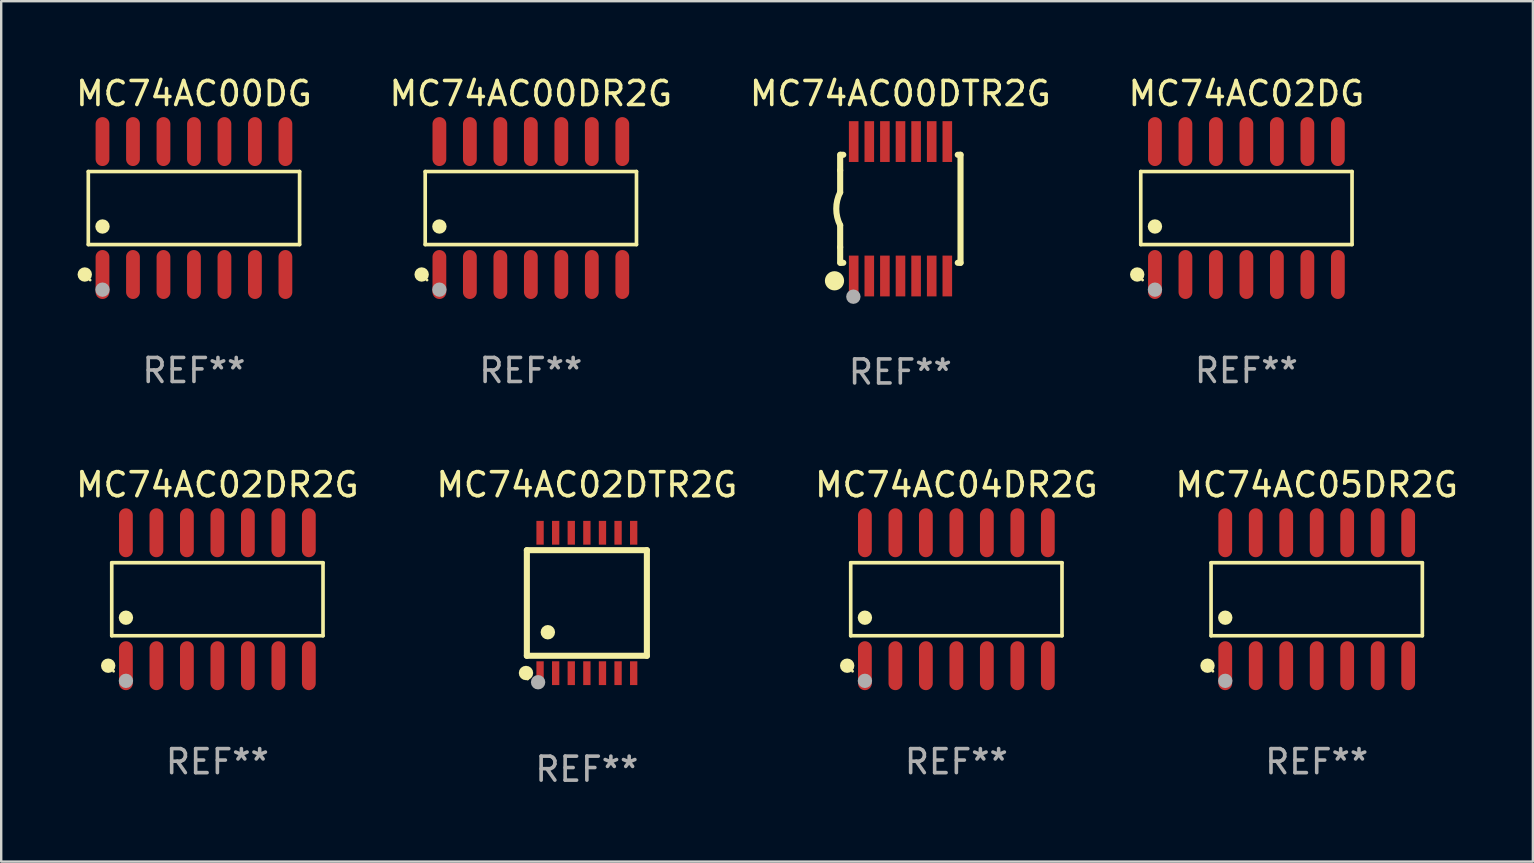
<source format=kicad_pcb>
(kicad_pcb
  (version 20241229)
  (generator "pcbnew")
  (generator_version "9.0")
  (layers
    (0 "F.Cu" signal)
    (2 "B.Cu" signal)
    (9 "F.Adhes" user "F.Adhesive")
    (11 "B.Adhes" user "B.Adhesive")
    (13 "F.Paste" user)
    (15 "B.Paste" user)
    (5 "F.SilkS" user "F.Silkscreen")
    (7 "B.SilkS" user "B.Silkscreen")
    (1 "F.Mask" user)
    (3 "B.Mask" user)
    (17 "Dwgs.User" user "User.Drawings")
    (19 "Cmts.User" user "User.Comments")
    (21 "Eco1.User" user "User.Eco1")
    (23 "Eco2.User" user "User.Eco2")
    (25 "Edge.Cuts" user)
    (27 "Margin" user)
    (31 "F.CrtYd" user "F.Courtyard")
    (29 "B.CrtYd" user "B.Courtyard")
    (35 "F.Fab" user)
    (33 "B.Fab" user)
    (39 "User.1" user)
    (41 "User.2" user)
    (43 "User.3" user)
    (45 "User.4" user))
  (footprint "MC74AC00DR2G"
    (layer "F.Cu")
    (at 19.065 5.617)
    (property "Reference" "MC74AC00DR2G" (at 0 -4.769 0) (layer "F.SilkS") (effects (font (size 1 1) (thickness 0.15))))
    (attr through_hole)
    (fp_line (start -4.401 -1.521) (end 4.401 -1.521) (stroke (width 0.152) (type solid)) (layer "F.SilkS"))
    (fp_line (start -4.401 1.521) (end -4.401 -1.521) (stroke (width 0.152) (type solid)) (layer "F.SilkS"))
    (fp_line (start 4.401 -1.521) (end 4.401 1.521) (stroke (width 0.152) (type solid)) (layer "F.SilkS"))
    (fp_line (start 4.401 1.521) (end -4.401 1.521) (stroke (width 0.152) (type solid)) (layer "F.SilkS"))
    (fp_circle (center -4.549 2.769) (end -4.399 2.769) (stroke (width 0.3) (type solid)) (fill no) (layer "F.SilkS"))
    (fp_circle (center -4.325 3) (end -4.295 3) (stroke (width 0.06) (type solid)) (fill no) (layer "F.SilkS"))
    (fp_circle (center -3.81 0.769) (end -3.66 0.769) (stroke (width 0.3) (type solid)) (fill no) (layer "F.SilkS"))
    (fp_circle (center -3.81 3.4) (end -3.66 3.4) (stroke (width 0.3) (type solid)) (fill no) (layer "F.Fab"))
    (fp_text user "REF**" (at 0 6.769 0) (layer "F.Fab") (effects (font (size 1 1) (thickness 0.15))))
    (pad "1" smd oval (at -3.81 2.769) (size 0.574 2.038) (layers "F.Cu" "F.Mask" "F.Paste"))
    (pad "2" smd oval (at -2.54 2.769) (size 0.574 2.038) (layers "F.Cu" "F.Mask" "F.Paste"))
    (pad "3" smd oval (at -1.27 2.769) (size 0.574 2.038) (layers "F.Cu" "F.Mask" "F.Paste"))
    (pad "4" smd oval (at 0 2.769) (size 0.574 2.038) (layers "F.Cu" "F.Mask" "F.Paste"))
    (pad "5" smd oval (at 1.27 2.769) (size 0.574 2.038) (layers "F.Cu" "F.Mask" "F.Paste"))
    (pad "6" smd oval (at 2.54 2.769) (size 0.574 2.038) (layers "F.Cu" "F.Mask" "F.Paste"))
    (pad "7" smd oval (at 3.81 2.769) (size 0.574 2.038) (layers "F.Cu" "F.Mask" "F.Paste"))
    (pad "8" smd oval (at 3.81 -2.769) (size 0.574 2.038) (layers "F.Cu" "F.Mask" "F.Paste"))
    (pad "9" smd oval (at 2.54 -2.769) (size 0.574 2.038) (layers "F.Cu" "F.Mask" "F.Paste"))
    (pad "10" smd oval (at 1.27 -2.769) (size 0.574 2.038) (layers "F.Cu" "F.Mask" "F.Paste"))
    (pad "11" smd oval (at 0 -2.769) (size 0.574 2.038) (layers "F.Cu" "F.Mask" "F.Paste"))
    (pad "12" smd oval (at -1.27 -2.769) (size 0.574 2.038) (layers "F.Cu" "F.Mask" "F.Paste"))
    (pad "13" smd oval (at -2.54 -2.769) (size 0.574 2.038) (layers "F.Cu" "F.Mask" "F.Paste"))
    (pad "14" smd oval (at -3.81 -2.769) (size 0.574 2.038) (layers "F.Cu" "F.Mask" "F.Paste")))
  (footprint "MC74AC02DG"
    (layer "F.Cu")
    (at 48.875 5.617)
    (property "Reference" "MC74AC02DG" (at 0 -4.769 0) (layer "F.SilkS") (effects (font (size 1 1) (thickness 0.15))))
    (attr through_hole)
    (fp_line (start -4.401 -1.521) (end 4.401 -1.521) (stroke (width 0.152) (type solid)) (layer "F.SilkS"))
    (fp_line (start -4.401 1.521) (end -4.401 -1.521) (stroke (width 0.152) (type solid)) (layer "F.SilkS"))
    (fp_line (start 4.401 -1.521) (end 4.401 1.521) (stroke (width 0.152) (type solid)) (layer "F.SilkS"))
    (fp_line (start 4.401 1.521) (end -4.401 1.521) (stroke (width 0.152) (type solid)) (layer "F.SilkS"))
    (fp_circle (center -4.549 2.769) (end -4.399 2.769) (stroke (width 0.3) (type solid)) (fill no) (layer "F.SilkS"))
    (fp_circle (center -4.325 3) (end -4.295 3) (stroke (width 0.06) (type solid)) (fill no) (layer "F.SilkS"))
    (fp_circle (center -3.81 0.769) (end -3.66 0.769) (stroke (width 0.3) (type solid)) (fill no) (layer "F.SilkS"))
    (fp_circle (center -3.81 3.4) (end -3.66 3.4) (stroke (width 0.3) (type solid)) (fill no) (layer "F.Fab"))
    (fp_text user "REF**" (at 0 6.769 0) (layer "F.Fab") (effects (font (size 1 1) (thickness 0.15))))
    (pad "1" smd oval (at -3.81 2.769) (size 0.574 2.038) (layers "F.Cu" "F.Mask" "F.Paste"))
    (pad "2" smd oval (at -2.54 2.769) (size 0.574 2.038) (layers "F.Cu" "F.Mask" "F.Paste"))
    (pad "3" smd oval (at -1.27 2.769) (size 0.574 2.038) (layers "F.Cu" "F.Mask" "F.Paste"))
    (pad "4" smd oval (at 0 2.769) (size 0.574 2.038) (layers "F.Cu" "F.Mask" "F.Paste"))
    (pad "5" smd oval (at 1.27 2.769) (size 0.574 2.038) (layers "F.Cu" "F.Mask" "F.Paste"))
    (pad "6" smd oval (at 2.54 2.769) (size 0.574 2.038) (layers "F.Cu" "F.Mask" "F.Paste"))
    (pad "7" smd oval (at 3.81 2.769) (size 0.574 2.038) (layers "F.Cu" "F.Mask" "F.Paste"))
    (pad "8" smd oval (at 3.81 -2.769) (size 0.574 2.038) (layers "F.Cu" "F.Mask" "F.Paste"))
    (pad "9" smd oval (at 2.54 -2.769) (size 0.574 2.038) (layers "F.Cu" "F.Mask" "F.Paste"))
    (pad "10" smd oval (at 1.27 -2.769) (size 0.574 2.038) (layers "F.Cu" "F.Mask" "F.Paste"))
    (pad "11" smd oval (at 0 -2.769) (size 0.574 2.038) (layers "F.Cu" "F.Mask" "F.Paste"))
    (pad "12" smd oval (at -1.27 -2.769) (size 0.574 2.038) (layers "F.Cu" "F.Mask" "F.Paste"))
    (pad "13" smd oval (at -2.54 -2.769) (size 0.574 2.038) (layers "F.Cu" "F.Mask" "F.Paste"))
    (pad "14" smd oval (at -3.81 -2.769) (size 0.574 2.038) (layers "F.Cu" "F.Mask" "F.Paste")))
  (footprint "MC74AC05DR2G"
    (layer "F.Cu")
    (at 51.804 21.914)
    (property "Reference" "MC74AC05DR2G" (at 0 -4.769 0) (layer "F.SilkS") (effects (font (size 1 1) (thickness 0.15))))
    (attr through_hole)
    (fp_line (start -4.401 -1.521) (end 4.401 -1.521) (stroke (width 0.152) (type solid)) (layer "F.SilkS"))
    (fp_line (start -4.401 1.521) (end -4.401 -1.521) (stroke (width 0.152) (type solid)) (layer "F.SilkS"))
    (fp_line (start 4.401 -1.521) (end 4.401 1.521) (stroke (width 0.152) (type solid)) (layer "F.SilkS"))
    (fp_line (start 4.401 1.521) (end -4.401 1.521) (stroke (width 0.152) (type solid)) (layer "F.SilkS"))
    (fp_circle (center -4.549 2.769) (end -4.399 2.769) (stroke (width 0.3) (type solid)) (fill no) (layer "F.SilkS"))
    (fp_circle (center -4.325 3) (end -4.295 3) (stroke (width 0.06) (type solid)) (fill no) (layer "F.SilkS"))
    (fp_circle (center -3.81 0.769) (end -3.66 0.769) (stroke (width 0.3) (type solid)) (fill no) (layer "F.SilkS"))
    (fp_circle (center -3.81 3.4) (end -3.66 3.4) (stroke (width 0.3) (type solid)) (fill no) (layer "F.Fab"))
    (fp_text user "REF**" (at 0 6.769 0) (layer "F.Fab") (effects (font (size 1 1) (thickness 0.15))))
    (pad "1" smd oval (at -3.81 2.769) (size 0.574 2.038) (layers "F.Cu" "F.Mask" "F.Paste"))
    (pad "2" smd oval (at -2.54 2.769) (size 0.574 2.038) (layers "F.Cu" "F.Mask" "F.Paste"))
    (pad "3" smd oval (at -1.27 2.769) (size 0.574 2.038) (layers "F.Cu" "F.Mask" "F.Paste"))
    (pad "4" smd oval (at 0 2.769) (size 0.574 2.038) (layers "F.Cu" "F.Mask" "F.Paste"))
    (pad "5" smd oval (at 1.27 2.769) (size 0.574 2.038) (layers "F.Cu" "F.Mask" "F.Paste"))
    (pad "6" smd oval (at 2.54 2.769) (size 0.574 2.038) (layers "F.Cu" "F.Mask" "F.Paste"))
    (pad "7" smd oval (at 3.81 2.769) (size 0.574 2.038) (layers "F.Cu" "F.Mask" "F.Paste"))
    (pad "8" smd oval (at 3.81 -2.769) (size 0.574 2.038) (layers "F.Cu" "F.Mask" "F.Paste"))
    (pad "9" smd oval (at 2.54 -2.769) (size 0.574 2.038) (layers "F.Cu" "F.Mask" "F.Paste"))
    (pad "10" smd oval (at 1.27 -2.769) (size 0.574 2.038) (layers "F.Cu" "F.Mask" "F.Paste"))
    (pad "11" smd oval (at 0 -2.769) (size 0.574 2.038) (layers "F.Cu" "F.Mask" "F.Paste"))
    (pad "12" smd oval (at -1.27 -2.769) (size 0.574 2.038) (layers "F.Cu" "F.Mask" "F.Paste"))
    (pad "13" smd oval (at -2.54 -2.769) (size 0.574 2.038) (layers "F.Cu" "F.Mask" "F.Paste"))
    (pad "14" smd oval (at -3.81 -2.769) (size 0.574 2.038) (layers "F.Cu" "F.Mask" "F.Paste")))
  (footprint "MC74AC02DTR2G"
    (layer "F.Cu")
    (at 21.399 22.07)
    (property "Reference" "MC74AC02DTR2G" (at 0 -4.925 0) (layer "F.SilkS") (effects (font (size 1 1) (thickness 0.15))))
    (attr through_hole)
    (fp_line (start -2.5 2.2) (end -2.5 -2.2) (stroke (width 0.254) (type solid)) (layer "F.SilkS"))
    (fp_line (start -2.5 2.2) (end 2.5 2.2) (stroke (width 0.254) (type solid)) (layer "F.SilkS"))
    (fp_line (start 2.5 -2.2) (end -2.5 -2.2) (stroke (width 0.254) (type solid)) (layer "F.SilkS"))
    (fp_line (start 2.5 -2.2) (end 2.5 2.2) (stroke (width 0.254) (type solid)) (layer "F.SilkS"))
    (fp_circle (center -2.536 2.917) (end -2.386 2.917) (stroke (width 0.3) (type solid)) (fill no) (layer "F.SilkS"))
    (fp_circle (center -2.47 3.17) (end -2.44 3.17) (stroke (width 0.06) (type solid)) (fill no) (layer "F.SilkS"))
    (fp_circle (center -1.626 1.219) (end -1.475 1.219) (stroke (width 0.3) (type solid)) (fill no) (layer "F.SilkS"))
    (fp_circle (center -2.032 3.302) (end -1.882 3.302) (stroke (width 0.3) (type solid)) (fill no) (layer "F.Fab"))
    (fp_text user "REF**" (at 0 6.925 0) (layer "F.Fab") (effects (font (size 1 1) (thickness 0.15))))
    (pad "1" smd rect (at -1.95 2.925) (size 0.305 0.991) (layers "F.Cu" "F.Mask" "F.Paste"))
    (pad "2" smd rect (at -1.3 2.925) (size 0.305 0.991) (layers "F.Cu" "F.Mask" "F.Paste"))
    (pad "3" smd rect (at -0.65 2.925) (size 0.305 0.991) (layers "F.Cu" "F.Mask" "F.Paste"))
    (pad "4" smd rect (at 0 2.925) (size 0.305 0.991) (layers "F.Cu" "F.Mask" "F.Paste"))
    (pad "5" smd rect (at 0.65 2.925) (size 0.305 0.991) (layers "F.Cu" "F.Mask" "F.Paste"))
    (pad "6" smd rect (at 1.3 2.925) (size 0.305 0.991) (layers "F.Cu" "F.Mask" "F.Paste"))
    (pad "7" smd rect (at 1.95 2.925) (size 0.305 0.991) (layers "F.Cu" "F.Mask" "F.Paste"))
    (pad "8" smd rect (at 1.95 -2.925) (size 0.305 0.991) (layers "F.Cu" "F.Mask" "F.Paste"))
    (pad "9" smd rect (at 1.3 -2.925) (size 0.305 0.991) (layers "F.Cu" "F.Mask" "F.Paste"))
    (pad "10" smd rect (at 0.65 -2.925) (size 0.305 0.991) (layers "F.Cu" "F.Mask" "F.Paste"))
    (pad "11" smd rect (at 0 -2.925) (size 0.305 0.991) (layers "F.Cu" "F.Mask" "F.Paste"))
    (pad "12" smd rect (at -0.65 -2.925) (size 0.305 0.991) (layers "F.Cu" "F.Mask" "F.Paste"))
    (pad "13" smd rect (at -1.3 -2.925) (size 0.305 0.991) (layers "F.Cu" "F.Mask" "F.Paste"))
    (pad "14" smd rect (at -1.95 -2.925) (size 0.305 0.991) (layers "F.Cu" "F.Mask" "F.Paste")))
  (footprint "MC74AC00DG"
    (layer "F.Cu")
    (at 5.03 5.617)
    (property "Reference" "MC74AC00DG" (at 0 -4.769 0) (layer "F.SilkS") (effects (font (size 1 1) (thickness 0.15))))
    (attr through_hole)
    (fp_line (start -4.401 -1.521) (end 4.401 -1.521) (stroke (width 0.152) (type solid)) (layer "F.SilkS"))
    (fp_line (start -4.401 1.521) (end -4.401 -1.521) (stroke (width 0.152) (type solid)) (layer "F.SilkS"))
    (fp_line (start 4.401 -1.521) (end 4.401 1.521) (stroke (width 0.152) (type solid)) (layer "F.SilkS"))
    (fp_line (start 4.401 1.521) (end -4.401 1.521) (stroke (width 0.152) (type solid)) (layer "F.SilkS"))
    (fp_circle (center -4.549 2.769) (end -4.399 2.769) (stroke (width 0.3) (type solid)) (fill no) (layer "F.SilkS"))
    (fp_circle (center -4.325 3) (end -4.295 3) (stroke (width 0.06) (type solid)) (fill no) (layer "F.SilkS"))
    (fp_circle (center -3.81 0.769) (end -3.66 0.769) (stroke (width 0.3) (type solid)) (fill no) (layer "F.SilkS"))
    (fp_circle (center -3.81 3.4) (end -3.66 3.4) (stroke (width 0.3) (type solid)) (fill no) (layer "F.Fab"))
    (fp_text user "REF**" (at 0 6.769 0) (layer "F.Fab") (effects (font (size 1 1) (thickness 0.15))))
    (pad "1" smd oval (at -3.81 2.769) (size 0.574 2.038) (layers "F.Cu" "F.Mask" "F.Paste"))
    (pad "2" smd oval (at -2.54 2.769) (size 0.574 2.038) (layers "F.Cu" "F.Mask" "F.Paste"))
    (pad "3" smd oval (at -1.27 2.769) (size 0.574 2.038) (layers "F.Cu" "F.Mask" "F.Paste"))
    (pad "4" smd oval (at 0 2.769) (size 0.574 2.038) (layers "F.Cu" "F.Mask" "F.Paste"))
    (pad "5" smd oval (at 1.27 2.769) (size 0.574 2.038) (layers "F.Cu" "F.Mask" "F.Paste"))
    (pad "6" smd oval (at 2.54 2.769) (size 0.574 2.038) (layers "F.Cu" "F.Mask" "F.Paste"))
    (pad "7" smd oval (at 3.81 2.769) (size 0.574 2.038) (layers "F.Cu" "F.Mask" "F.Paste"))
    (pad "8" smd oval (at 3.81 -2.769) (size 0.574 2.038) (layers "F.Cu" "F.Mask" "F.Paste"))
    (pad "9" smd oval (at 2.54 -2.769) (size 0.574 2.038) (layers "F.Cu" "F.Mask" "F.Paste"))
    (pad "10" smd oval (at 1.27 -2.769) (size 0.574 2.038) (layers "F.Cu" "F.Mask" "F.Paste"))
    (pad "11" smd oval (at 0 -2.769) (size 0.574 2.038) (layers "F.Cu" "F.Mask" "F.Paste"))
    (pad "12" smd oval (at -1.27 -2.769) (size 0.574 2.038) (layers "F.Cu" "F.Mask" "F.Paste"))
    (pad "13" smd oval (at -2.54 -2.769) (size 0.574 2.038) (layers "F.Cu" "F.Mask" "F.Paste"))
    (pad "14" smd oval (at -3.81 -2.769) (size 0.574 2.038) (layers "F.Cu" "F.Mask" "F.Paste")))
  (footprint "MC74AC00DTR2G"
    (layer "F.Cu")
    (at 34.458 5.648)
    (property "Reference" "MC74AC00DTR2G" (at 0 -4.8 0) (layer "F.SilkS") (effects (font (size 1 1) (thickness 0.15))))
    (attr through_hole)
    (fp_line (start -2.507 -1.6) (end -2.507 -2.25) (stroke (width 0.254) (type solid)) (layer "F.SilkS"))
    (fp_line (start -2.507 -0.686) (end -2.507 -1.6) (stroke (width 0.254) (type solid)) (layer "F.SilkS"))
    (fp_line (start -2.507 1.6) (end -2.507 0.686) (stroke (width 0.254) (type solid)) (layer "F.SilkS"))
    (fp_line (start -2.507 1.6) (end -2.507 2.25) (stroke (width 0.254) (type solid)) (layer "F.SilkS"))
    (fp_line (start -2.493 -2.25) (end -2.377 -2.25) (stroke (width 0.254) (type solid)) (layer "F.SilkS"))
    (fp_line (start -2.377 2.25) (end -2.493 2.25) (stroke (width 0.254) (type solid)) (layer "F.SilkS"))
    (fp_line (start 2.392 -2.25) (end 2.507 -2.25) (stroke (width 0.254) (type solid)) (layer "F.SilkS"))
    (fp_line (start 2.507 -2.25) (end 2.507 2.25) (stroke (width 0.254) (type solid)) (layer "F.SilkS"))
    (fp_line (start 2.507 2.25) (end 2.392 2.25) (stroke (width 0.254) (type solid)) (layer "F.SilkS"))
    (fp_arc (start -2.507303 0.685802) (mid -2.669199 0) (end -2.507303 -0.685801) (stroke (width 0.254001) (type solid)) (layer "F.SilkS"))
    (fp_circle (center -2.743 3) (end -2.543 3) (stroke (width 0.4) (type solid)) (fill no) (layer "F.SilkS"))
    (fp_circle (center -2.493 3.2) (end -2.463 3.2) (stroke (width 0.06) (type solid)) (fill no) (layer "F.SilkS"))
    (fp_circle (center -1.957 3.662) (end -1.807 3.662) (stroke (width 0.3) (type solid)) (fill no) (layer "F.Fab"))
    (fp_text user "REF**" (at 0 6.8 0) (layer "F.Fab") (effects (font (size 1 1) (thickness 0.15))))
    (pad "1" smd rect (at -1.943 2.8) (size 0.4 1.7) (layers "F.Cu" "F.Mask" "F.Paste"))
    (pad "2" smd rect (at -1.293 2.8) (size 0.4 1.7) (layers "F.Cu" "F.Mask" "F.Paste"))
    (pad "3" smd rect (at -0.643 2.8) (size 0.4 1.7) (layers "F.Cu" "F.Mask" "F.Paste"))
    (pad "4" smd rect (at 0.007 2.8) (size 0.4 1.7) (layers "F.Cu" "F.Mask" "F.Paste"))
    (pad "5" smd rect (at 0.657 2.8) (size 0.4 1.7) (layers "F.Cu" "F.Mask" "F.Paste"))
    (pad "6" smd rect (at 1.307 2.8) (size 0.4 1.7) (layers "F.Cu" "F.Mask" "F.Paste"))
    (pad "7" smd rect (at 1.957 2.8) (size 0.4 1.7) (layers "F.Cu" "F.Mask" "F.Paste"))
    (pad "8" smd rect (at 1.957 -2.8) (size 0.4 1.7) (layers "F.Cu" "F.Mask" "F.Paste"))
    (pad "9" smd rect (at 1.307 -2.8) (size 0.4 1.7) (layers "F.Cu" "F.Mask" "F.Paste"))
    (pad "10" smd rect (at 0.657 -2.8) (size 0.4 1.7) (layers "F.Cu" "F.Mask" "F.Paste"))
    (pad "11" smd rect (at 0.007 -2.8) (size 0.4 1.7) (layers "F.Cu" "F.Mask" "F.Paste"))
    (pad "12" smd rect (at -0.643 -2.8) (size 0.4 1.7) (layers "F.Cu" "F.Mask" "F.Paste"))
    (pad "13" smd rect (at -1.293 -2.8) (size 0.4 1.7) (layers "F.Cu" "F.Mask" "F.Paste"))
    (pad "14" smd rect (at -1.943 -2.8) (size 0.4 1.7) (layers "F.Cu" "F.Mask" "F.Paste")))
  (footprint "MC74AC04DR2G"
    (layer "F.Cu")
    (at 36.792 21.914)
    (property "Reference" "MC74AC04DR2G" (at 0 -4.769 0) (layer "F.SilkS") (effects (font (size 1 1) (thickness 0.15))))
    (attr through_hole)
    (fp_line (start -4.401 -1.521) (end 4.401 -1.521) (stroke (width 0.152) (type solid)) (layer "F.SilkS"))
    (fp_line (start -4.401 1.521) (end -4.401 -1.521) (stroke (width 0.152) (type solid)) (layer "F.SilkS"))
    (fp_line (start 4.401 -1.521) (end 4.401 1.521) (stroke (width 0.152) (type solid)) (layer "F.SilkS"))
    (fp_line (start 4.401 1.521) (end -4.401 1.521) (stroke (width 0.152) (type solid)) (layer "F.SilkS"))
    (fp_circle (center -4.549 2.769) (end -4.399 2.769) (stroke (width 0.3) (type solid)) (fill no) (layer "F.SilkS"))
    (fp_circle (center -4.325 3) (end -4.295 3) (stroke (width 0.06) (type solid)) (fill no) (layer "F.SilkS"))
    (fp_circle (center -3.81 0.769) (end -3.66 0.769) (stroke (width 0.3) (type solid)) (fill no) (layer "F.SilkS"))
    (fp_circle (center -3.81 3.4) (end -3.66 3.4) (stroke (width 0.3) (type solid)) (fill no) (layer "F.Fab"))
    (fp_text user "REF**" (at 0 6.769 0) (layer "F.Fab") (effects (font (size 1 1) (thickness 0.15))))
    (pad "1" smd oval (at -3.81 2.769) (size 0.574 2.038) (layers "F.Cu" "F.Mask" "F.Paste"))
    (pad "2" smd oval (at -2.54 2.769) (size 0.574 2.038) (layers "F.Cu" "F.Mask" "F.Paste"))
    (pad "3" smd oval (at -1.27 2.769) (size 0.574 2.038) (layers "F.Cu" "F.Mask" "F.Paste"))
    (pad "4" smd oval (at 0 2.769) (size 0.574 2.038) (layers "F.Cu" "F.Mask" "F.Paste"))
    (pad "5" smd oval (at 1.27 2.769) (size 0.574 2.038) (layers "F.Cu" "F.Mask" "F.Paste"))
    (pad "6" smd oval (at 2.54 2.769) (size 0.574 2.038) (layers "F.Cu" "F.Mask" "F.Paste"))
    (pad "7" smd oval (at 3.81 2.769) (size 0.574 2.038) (layers "F.Cu" "F.Mask" "F.Paste"))
    (pad "8" smd oval (at 3.81 -2.769) (size 0.574 2.038) (layers "F.Cu" "F.Mask" "F.Paste"))
    (pad "9" smd oval (at 2.54 -2.769) (size 0.574 2.038) (layers "F.Cu" "F.Mask" "F.Paste"))
    (pad "10" smd oval (at 1.27 -2.769) (size 0.574 2.038) (layers "F.Cu" "F.Mask" "F.Paste"))
    (pad "11" smd oval (at 0 -2.769) (size 0.574 2.038) (layers "F.Cu" "F.Mask" "F.Paste"))
    (pad "12" smd oval (at -1.27 -2.769) (size 0.574 2.038) (layers "F.Cu" "F.Mask" "F.Paste"))
    (pad "13" smd oval (at -2.54 -2.769) (size 0.574 2.038) (layers "F.Cu" "F.Mask" "F.Paste"))
    (pad "14" smd oval (at -3.81 -2.769) (size 0.574 2.038) (layers "F.Cu" "F.Mask" "F.Paste")))
  (footprint "MC74AC02DR2G"
    (layer "F.Cu")
    (at 6.006 21.914)
    (property "Reference" "MC74AC02DR2G" (at 0 -4.769 0) (layer "F.SilkS") (effects (font (size 1 1) (thickness 0.15))))
    (attr through_hole)
    (fp_line (start -4.401 -1.521) (end 4.401 -1.521) (stroke (width 0.152) (type solid)) (layer "F.SilkS"))
    (fp_line (start -4.401 1.521) (end -4.401 -1.521) (stroke (width 0.152) (type solid)) (layer "F.SilkS"))
    (fp_line (start 4.401 -1.521) (end 4.401 1.521) (stroke (width 0.152) (type solid)) (layer "F.SilkS"))
    (fp_line (start 4.401 1.521) (end -4.401 1.521) (stroke (width 0.152) (type solid)) (layer "F.SilkS"))
    (fp_circle (center -4.549 2.769) (end -4.399 2.769) (stroke (width 0.3) (type solid)) (fill no) (layer "F.SilkS"))
    (fp_circle (center -4.325 3) (end -4.295 3) (stroke (width 0.06) (type solid)) (fill no) (layer "F.SilkS"))
    (fp_circle (center -3.81 0.769) (end -3.66 0.769) (stroke (width 0.3) (type solid)) (fill no) (layer "F.SilkS"))
    (fp_circle (center -3.81 3.4) (end -3.66 3.4) (stroke (width 0.3) (type solid)) (fill no) (layer "F.Fab"))
    (fp_text user "REF**" (at 0 6.769 0) (layer "F.Fab") (effects (font (size 1 1) (thickness 0.15))))
    (pad "1" smd oval (at -3.81 2.769) (size 0.574 2.038) (layers "F.Cu" "F.Mask" "F.Paste"))
    (pad "2" smd oval (at -2.54 2.769) (size 0.574 2.038) (layers "F.Cu" "F.Mask" "F.Paste"))
    (pad "3" smd oval (at -1.27 2.769) (size 0.574 2.038) (layers "F.Cu" "F.Mask" "F.Paste"))
    (pad "4" smd oval (at 0 2.769) (size 0.574 2.038) (layers "F.Cu" "F.Mask" "F.Paste"))
    (pad "5" smd oval (at 1.27 2.769) (size 0.574 2.038) (layers "F.Cu" "F.Mask" "F.Paste"))
    (pad "6" smd oval (at 2.54 2.769) (size 0.574 2.038) (layers "F.Cu" "F.Mask" "F.Paste"))
    (pad "7" smd oval (at 3.81 2.769) (size 0.574 2.038) (layers "F.Cu" "F.Mask" "F.Paste"))
    (pad "8" smd oval (at 3.81 -2.769) (size 0.574 2.038) (layers "F.Cu" "F.Mask" "F.Paste"))
    (pad "9" smd oval (at 2.54 -2.769) (size 0.574 2.038) (layers "F.Cu" "F.Mask" "F.Paste"))
    (pad "10" smd oval (at 1.27 -2.769) (size 0.574 2.038) (layers "F.Cu" "F.Mask" "F.Paste"))
    (pad "11" smd oval (at 0 -2.769) (size 0.574 2.038) (layers "F.Cu" "F.Mask" "F.Paste"))
    (pad "12" smd oval (at -1.27 -2.769) (size 0.574 2.038) (layers "F.Cu" "F.Mask" "F.Paste"))
    (pad "13" smd oval (at -2.54 -2.769) (size 0.574 2.038) (layers "F.Cu" "F.Mask" "F.Paste"))
    (pad "14" smd oval (at -3.81 -2.769) (size 0.574 2.038) (layers "F.Cu" "F.Mask" "F.Paste")))
  (gr_rect
    (start -3 -3)
    (end 60.81 32.843)
    (stroke (width 0.1) (type default))
    (fill no)
    (layer "Edge.Cuts")))
</source>
